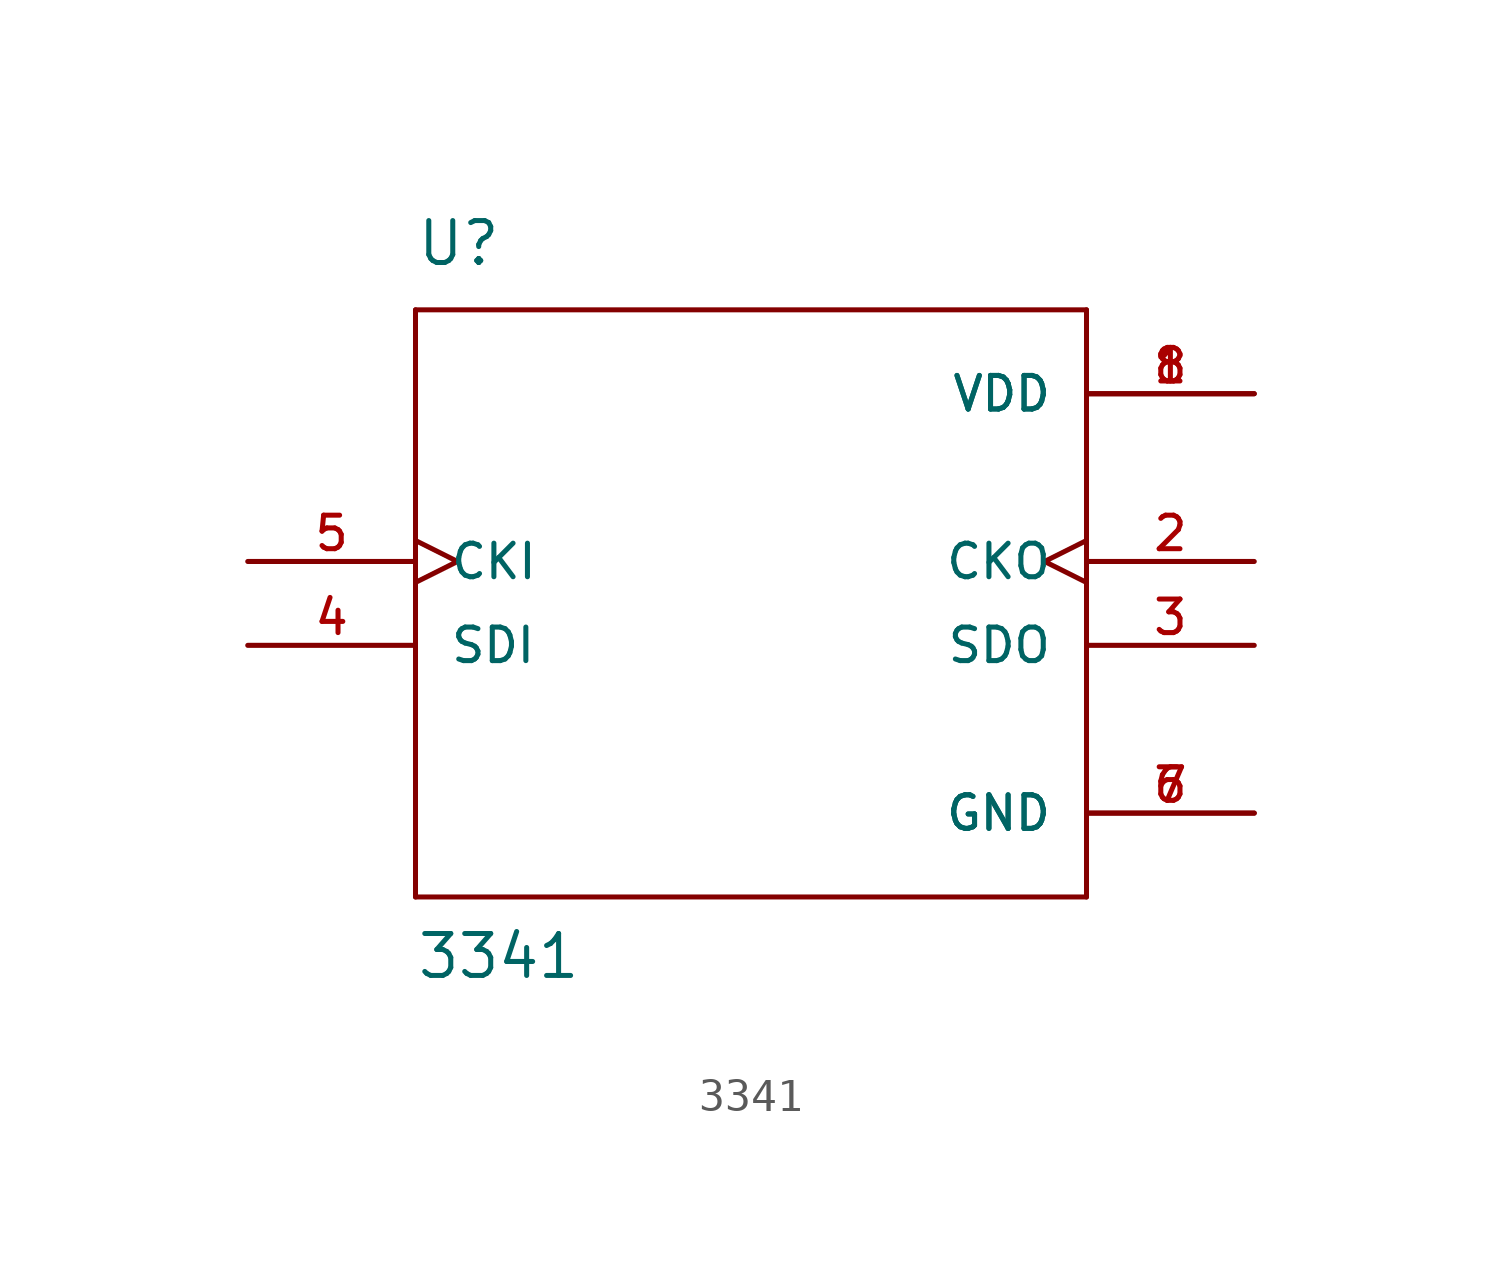
<source format=kicad_sym>
(kicad_symbol_lib
  (version 20220914)
  (generator kicad_symbol_editor)
  (symbol "3341"
    (pin_names
      (offset 1.016))
    (property "Reference" "U"
      (at -10.16 11.43 0)
      (effects (font (size 1.27 1.27)) (justify left bottom)))
    (property "Value" "3341"
      (at -10.16 -10.16 0)
      (effects (font (size 1.27 1.27)) (justify left bottom)))
    (property "ki_locked" ""
      (at 0 0 0)
      (effects (font (size 1.27 1.27))))
    (symbol "3341_0_0"
      (polyline (pts (xy -10.16 -7.62) (xy -10.16 10.16)) (stroke (width 0.152) (type solid)) (fill (type none)))
      (polyline (pts (xy -10.16 10.16) (xy 10.16 10.16)) (stroke (width 0.152) (type solid)) (fill (type none)))
      (polyline (pts (xy 10.16 -7.62) (xy -10.16 -7.62)) (stroke (width 0.152) (type solid)) (fill (type none)))
      (polyline (pts (xy 10.16 10.16) (xy 10.16 -7.62)) (stroke (width 0.152) (type solid)) (fill (type none)))
      (pin power_in line (at 15.24 7.62 180) (length 5.08) (name "VDD" (effects (font (size 1.016 1.016)))) (number "1" (effects (font (size 1.016 1.016)))))
      (pin output clock (at 15.24 2.54 180) (length 5.08) (name "CKO" (effects (font (size 1.016 1.016)))) (number "2" (effects (font (size 1.016 1.016)))))
      (pin output line (at 15.24 0 180) (length 5.08) (name "SDO" (effects (font (size 1.016 1.016)))) (number "3" (effects (font (size 1.016 1.016)))))
      (pin input line (at -15.24 0 0) (length 5.08) (name "SDI" (effects (font (size 1.016 1.016)))) (number "4" (effects (font (size 1.016 1.016)))))
      (pin input clock (at -15.24 2.54 0) (length 5.08) (name "CKI" (effects (font (size 1.016 1.016)))) (number "5" (effects (font (size 1.016 1.016)))))
      (pin power_in line (at 15.24 -5.08 180) (length 5.08) (name "GND" (effects (font (size 1.016 1.016)))) (number "6" (effects (font (size 1.016 1.016)))))
      (pin power_in line (at 15.24 -5.08 180) (length 5.08) (name "GND" (effects (font (size 1.016 1.016)))) (number "7" (effects (font (size 1.016 1.016)))))
      (pin power_in line (at 15.24 7.62 180) (length 5.08) (name "VDD" (effects (font (size 1.016 1.016)))) (number "8" (effects (font (size 1.016 1.016))))))))
</source>
